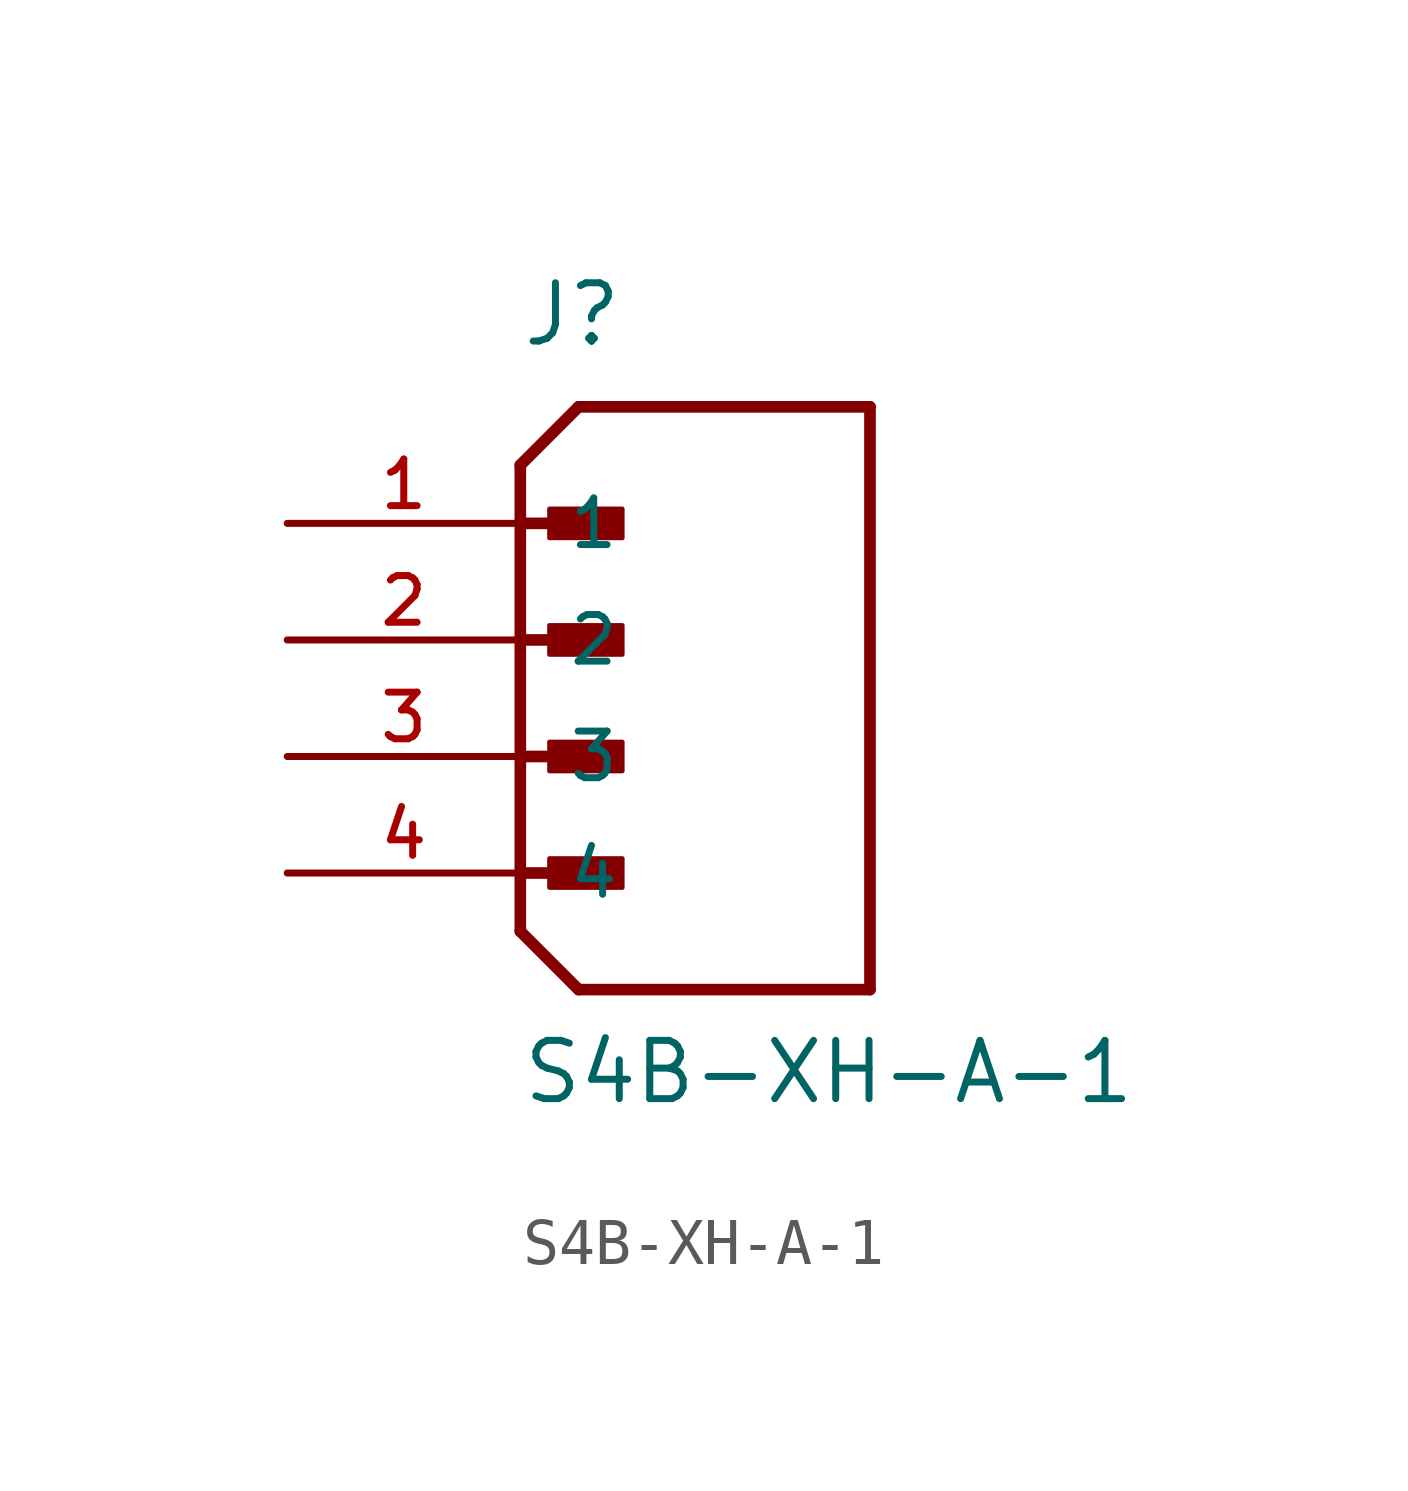
<source format=kicad_sym>
(kicad_symbol_lib
  (version 20241209)
  (generator "kicad_symbol_editor")
  (generator_version "9.0")
  (symbol "S4B-XH-A-1"
    (pin_names
      (offset 1.016))
    (property "Reference" "J"
      (at 0 6.35 0)
      (effects (font (size 1.27 1.27)) (justify left bottom)))
    (property "Value" "S4B-XH-A-1"
      (at 0 -10.16 0)
      (effects (font (size 1.27 1.27)) (justify left bottom)))
    (symbol "S4B-XH-A-1_0_0"
      (polyline (pts (xy 0 3.81) (xy 0 -6.35)) (stroke (width 0.254) (type default)) (fill (type none)))
      (polyline (pts (xy 0 3.81) (xy 1.27 5.08)) (stroke (width 0.254) (type default)) (fill (type none)))
      (polyline (pts (xy 0 2.54) (xy 1.905 2.54)) (stroke (width 0.254) (type default)) (fill (type none)))
      (polyline (pts (xy 0 0) (xy 1.905 0)) (stroke (width 0.254) (type default)) (fill (type none)))
      (polyline (pts (xy 0 -2.54) (xy 1.905 -2.54)) (stroke (width 0.254) (type default)) (fill (type none)))
      (polyline (pts (xy 0 -5.08) (xy 1.905 -5.08)) (stroke (width 0.254) (type default)) (fill (type none)))
      (polyline (pts (xy 0 -6.35) (xy 1.27 -7.62)) (stroke (width 0.254) (type default)) (fill (type none)))
      (rectangle (start 0.635 2.223) (end 2.223 2.857) (stroke (width 0.1) (type default)) (fill (type outline)))
      (rectangle (start 0.635 -0.318) (end 2.223 0.318) (stroke (width 0.1) (type default)) (fill (type outline)))
      (rectangle (start 0.635 -2.857) (end 2.223 -2.223) (stroke (width 0.1) (type default)) (fill (type outline)))
      (rectangle (start 0.635 -5.397) (end 2.223 -4.763) (stroke (width 0.1) (type default)) (fill (type outline)))
      (polyline (pts (xy 1.27 -7.62) (xy 7.62 -7.62)) (stroke (width 0.254) (type default)) (fill (type none)))
      (polyline (pts (xy 7.62 5.08) (xy 1.27 5.08)) (stroke (width 0.254) (type default)) (fill (type none)))
      (polyline (pts (xy 7.62 -7.62) (xy 7.62 5.08)) (stroke (width 0.254) (type default)) (fill (type none)))
      (pin passive line (at -5.08 2.54 0) (length 5.08) (name "1" (effects (font (size 1.016 1.016)))) (number "1" (effects (font (size 1.016 1.016)))))
      (pin passive line (at -5.08 0 0) (length 5.08) (name "2" (effects (font (size 1.016 1.016)))) (number "2" (effects (font (size 1.016 1.016)))))
      (pin passive line (at -5.08 -2.54 0) (length 5.08) (name "3" (effects (font (size 1.016 1.016)))) (number "3" (effects (font (size 1.016 1.016)))))
      (pin passive line (at -5.08 -5.08 0) (length 5.08) (name "4" (effects (font (size 1.016 1.016)))) (number "4" (effects (font (size 1.016 1.016))))))))
</source>
